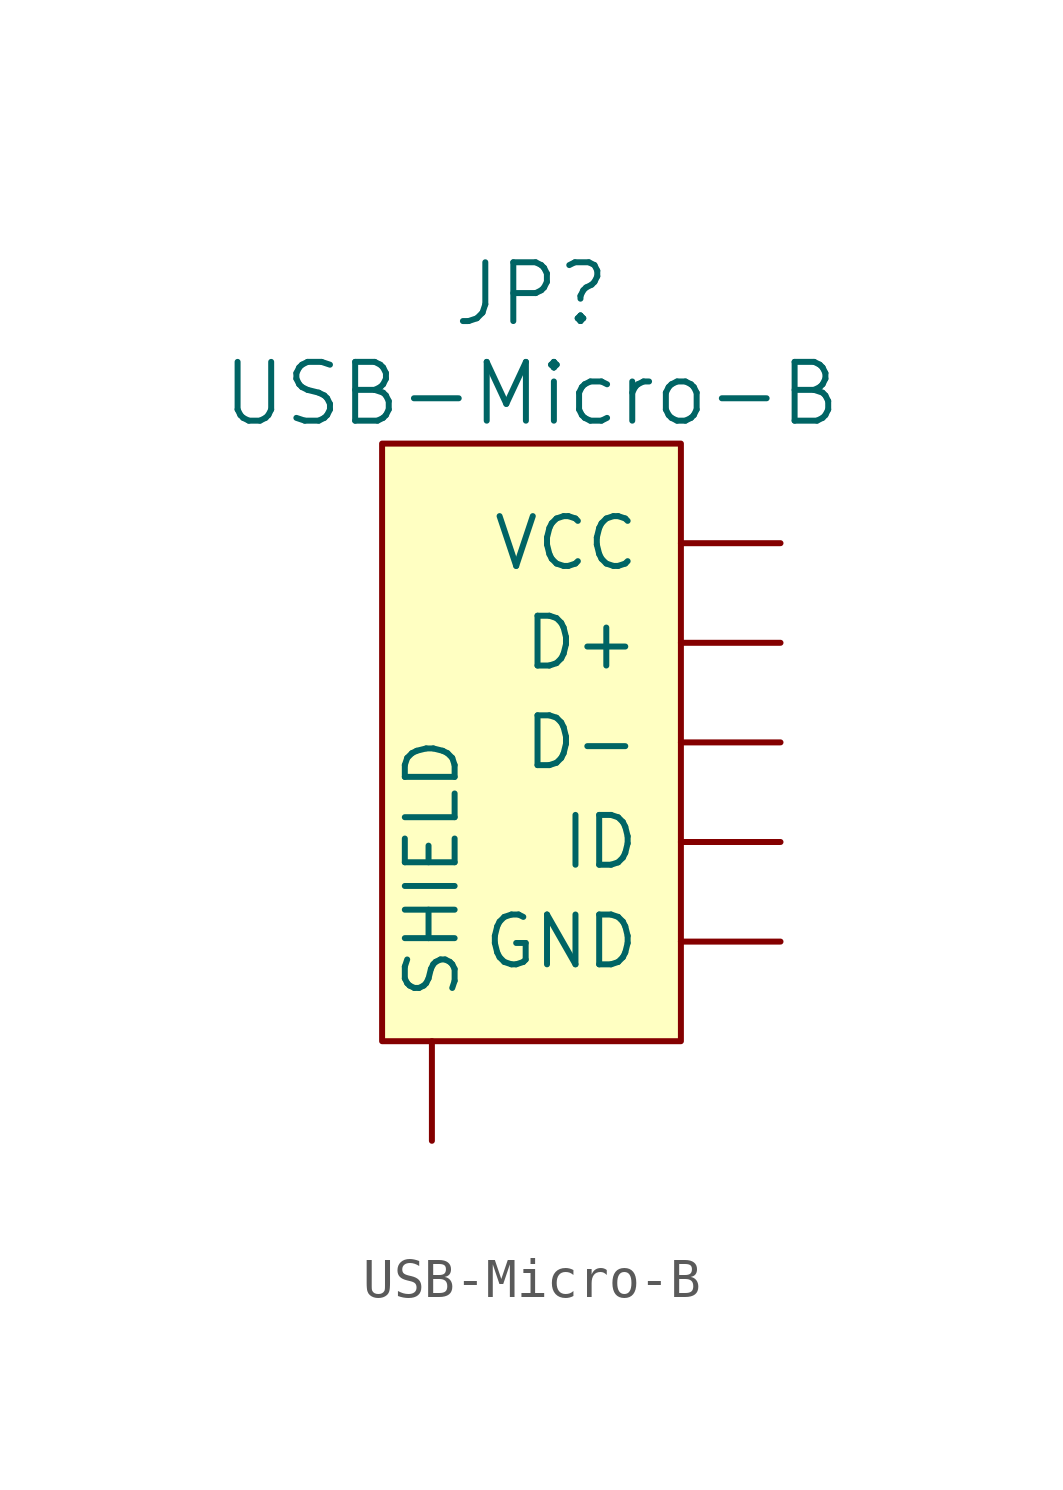
<source format=kicad_sym>
(kicad_symbol_lib
  (version 20211014)
  (generator kicad_symbol_editor)
  (symbol "USB-Micro-B"
    (pin_numbers hide)
    (pin_names
      (offset 1.016))
    (property "Reference" "JP"
      (at 0 11.43 0)
      (effects (font (size 1.499 1.499))))
    (property "Value" "USB-Micro-B"
      (at 0 8.89 0)
      (effects (font (size 1.499 1.499))))
    (symbol "USB-Micro-B_0_1"
      (rectangle (start 3.81 7.62) (end -3.81 -7.62) (stroke (width 0) (type default) (color 0 0 0 0)) (fill (type background))))
    (symbol "USB-Micro-B_1_1"
      (pin bidirectional line (at 6.35 2.54 180) (length 2.54) (name "D+" (effects (font (size 1.27 1.27)))) (number "D+" (effects (font (size 1.27 1.27)))))
      (pin bidirectional line (at 6.35 0 180) (length 2.54) (name "D-" (effects (font (size 1.27 1.27)))) (number "D-" (effects (font (size 1.27 1.27)))))
      (pin passive line (at 6.35 -5.08 180) (length 2.54) (name "GND" (effects (font (size 1.27 1.27)))) (number "GND1" (effects (font (size 1.27 1.27)))))
      (pin passive line (at 6.35 -2.54 180) (length 2.54) (name "ID" (effects (font (size 1.27 1.27)))) (number "ID" (effects (font (size 1.27 1.27)))))
      (pin passive line (at -2.54 -10.16 90) (length 2.54) (name "SHIELD" (effects (font (size 1.27 1.27)))) (number "SHIELD" (effects (font (size 1.27 1.27)))))
      (pin power_out line (at 6.35 5.08 180) (length 2.54) (name "VCC" (effects (font (size 1.27 1.27)))) (number "VCC" (effects (font (size 1.27 1.27))))))))
</source>
